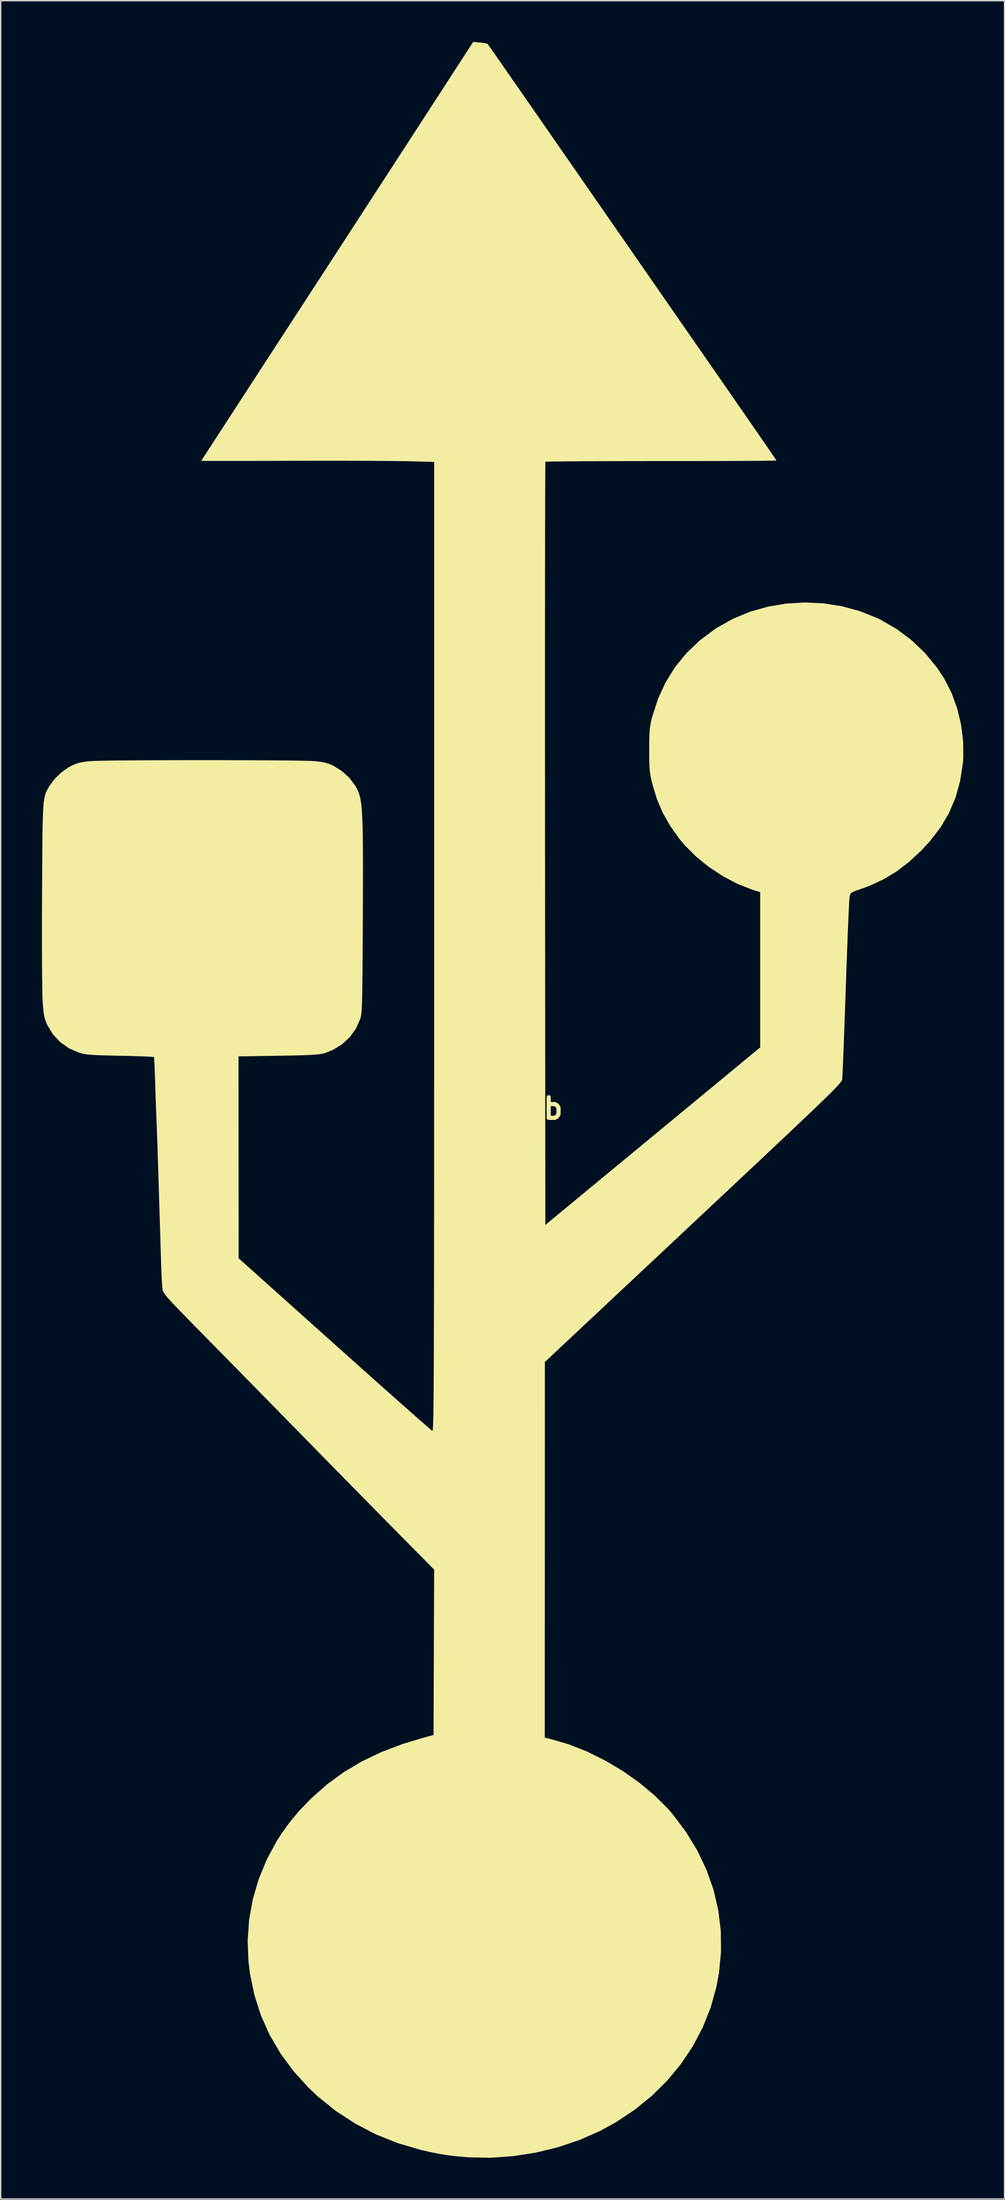
<source format=kicad_pcb>
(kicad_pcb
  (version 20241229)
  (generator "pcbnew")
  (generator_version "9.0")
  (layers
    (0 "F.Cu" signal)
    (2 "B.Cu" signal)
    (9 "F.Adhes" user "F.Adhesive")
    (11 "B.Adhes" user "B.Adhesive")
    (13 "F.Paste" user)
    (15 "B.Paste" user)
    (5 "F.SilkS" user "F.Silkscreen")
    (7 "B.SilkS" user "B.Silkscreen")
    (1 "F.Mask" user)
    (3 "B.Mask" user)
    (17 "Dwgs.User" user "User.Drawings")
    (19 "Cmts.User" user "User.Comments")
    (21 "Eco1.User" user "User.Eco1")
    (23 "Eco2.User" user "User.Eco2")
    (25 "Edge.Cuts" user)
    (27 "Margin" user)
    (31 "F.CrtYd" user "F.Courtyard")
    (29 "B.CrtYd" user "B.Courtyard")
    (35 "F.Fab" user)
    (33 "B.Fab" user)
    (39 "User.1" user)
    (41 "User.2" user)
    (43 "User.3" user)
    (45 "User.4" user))
  (footprint "usb"
    (layer "F.Cu")
    (at 35.883 77.477)
    (property "Reference" "usb" (at 0 0 0) (layer "F.SilkS") (effects (font (size 1.5 1.5) (thickness 0.3))))
    (attr board_only exclude_from_pos_files exclude_from_bom)
    (fp_poly (pts (xy -4.033 -77.438) (xy -3.755 -77.406) (xy -3.548 -77.363) (xy -3.471 -77.329) (xy -3.416 -77.252) (xy -3.269 -77.044) (xy -3.038 -76.714) (xy -2.728 -76.27) (xy -2.345 -75.72) (xy -1.895 -75.073) (xy -1.383 -74.338) (xy -0.816 -73.522) (xy -0.199 -72.635) (xy 0.462 -71.684) (xy 1.16 -70.678) (xy 1.891 -69.625) (xy 2.646 -68.538) (xy 3.511 -67.291) (xy 4.422 -65.978) (xy 5.365 -64.62) (xy 6.328 -63.233) (xy 7.297 -61.838) (xy 8.259 -60.452) (xy 9.202 -59.094) (xy 10.112 -57.784) (xy 10.976 -56.539) (xy 11.781 -55.38) (xy 12.515 -54.323) (xy 13.11 -53.467) (xy 13.754 -52.54) (xy 14.37 -51.652) (xy 14.951 -50.814) (xy 15.49 -50.035) (xy 15.981 -49.326) (xy 16.416 -48.696) (xy 16.789 -48.155) (xy 17.093 -47.713) (xy 17.321 -47.379) (xy 17.467 -47.163) (xy 17.524 -47.076) (xy 17.524 -47.075) (xy 17.442 -47.069) (xy 17.201 -47.063) (xy 16.814 -47.058) (xy 16.292 -47.053) (xy 15.646 -47.048) (xy 14.888 -47.044) (xy 14.029 -47.04) (xy 13.08 -47.037) (xy 12.053 -47.035) (xy 10.959 -47.033) (xy 9.81 -47.032) (xy 9.151 -47.032) (xy 7.975 -47.032) (xy 6.847 -47.03) (xy 5.778 -47.028) (xy 4.781 -47.025) (xy 3.866 -47.021) (xy 3.045 -47.017) (xy 2.33 -47.012) (xy 1.732 -47.006) (xy 1.263 -47) (xy 0.933 -46.993) (xy 0.756 -46.987) (xy 0.727 -46.983) (xy 0.723 -46.895) (xy 0.719 -46.645) (xy 0.716 -46.237) (xy 0.713 -45.68) (xy 0.71 -44.978) (xy 0.707 -44.138) (xy 0.705 -43.166) (xy 0.702 -42.069) (xy 0.7 -40.853) (xy 0.699 -39.524) (xy 0.697 -38.089) (xy 0.696 -36.553) (xy 0.695 -34.924) (xy 0.694 -33.207) (xy 0.694 -31.408) (xy 0.694 -29.535) (xy 0.694 -27.592) (xy 0.695 -25.587) (xy 0.696 -23.526) (xy 0.697 -21.415) (xy 0.698 -19.26) (xy 0.698 -19.239) (xy 0.72 8.455) (xy 3.598 6.079) (xy 4.355 5.454) (xy 5.204 4.753) (xy 6.107 4.008) (xy 7.026 3.25) (xy 7.921 2.511) (xy 8.755 1.823) (xy 9.356 1.327) (xy 10.06 0.746) (xy 10.812 0.126) (xy 11.581 -0.509) (xy 12.339 -1.134) (xy 13.056 -1.726) (xy 13.703 -2.261) (xy 14.251 -2.713) (xy 14.287 -2.743) (xy 16.341 -4.439) (xy 16.341 -10.077) (xy 16.341 -15.715) (xy 15.74 -15.908) (xy 14.677 -16.325) (xy 13.62 -16.882) (xy 12.606 -17.552) (xy 11.669 -18.311) (xy 10.845 -19.136) (xy 10.462 -19.594) (xy 9.795 -20.533) (xy 9.265 -21.464) (xy 8.848 -22.434) (xy 8.522 -23.492) (xy 8.489 -23.622) (xy 8.408 -23.961) (xy 8.35 -24.257) (xy 8.311 -24.55) (xy 8.287 -24.878) (xy 8.275 -25.281) (xy 8.272 -25.796) (xy 8.272 -26.077) (xy 8.276 -26.659) (xy 8.287 -27.109) (xy 8.307 -27.465) (xy 8.341 -27.765) (xy 8.391 -28.045) (xy 8.462 -28.344) (xy 8.49 -28.454) (xy 8.916 -29.769) (xy 9.474 -30.981) (xy 10.168 -32.091) (xy 11 -33.104) (xy 11.971 -34.023) (xy 13.086 -34.851) (xy 13.195 -34.922) (xy 14.358 -35.575) (xy 15.596 -36.087) (xy 16.893 -36.455) (xy 18.229 -36.681) (xy 19.587 -36.761) (xy 20.947 -36.697) (xy 22.292 -36.486) (xy 23.604 -36.128) (xy 24.865 -35.622) (xy 25.063 -35.526) (xy 26.254 -34.841) (xy 27.349 -34.021) (xy 28.336 -33.078) (xy 29.202 -32.022) (xy 29.726 -31.229) (xy 30.253 -30.2) (xy 30.662 -29.078) (xy 30.947 -27.898) (xy 31.099 -26.694) (xy 31.111 -25.502) (xy 31.077 -25.06) (xy 30.877 -23.773) (xy 30.544 -22.581) (xy 30.071 -21.467) (xy 29.451 -20.414) (xy 28.675 -19.407) (xy 28.067 -18.753) (xy 27.164 -17.914) (xy 26.256 -17.22) (xy 25.309 -16.648) (xy 24.289 -16.177) (xy 23.61 -15.928) (xy 23.272 -15.812) (xy 23.06 -15.724) (xy 22.94 -15.638) (xy 22.879 -15.531) (xy 22.843 -15.375) (xy 22.84 -15.36) (xy 22.827 -15.222) (xy 22.809 -14.93) (xy 22.787 -14.497) (xy 22.761 -13.936) (xy 22.733 -13.263) (xy 22.701 -12.49) (xy 22.668 -11.633) (xy 22.633 -10.705) (xy 22.598 -9.72) (xy 22.563 -8.721) (xy 22.528 -7.695) (xy 22.493 -6.712) (xy 22.46 -5.787) (xy 22.428 -4.934) (xy 22.398 -4.167) (xy 22.371 -3.499) (xy 22.347 -2.945) (xy 22.328 -2.518) (xy 22.312 -2.233) (xy 22.302 -2.104) (xy 22.289 -2.059) (xy 22.258 -1.999) (xy 22.204 -1.92) (xy 22.121 -1.818) (xy 22.004 -1.686) (xy 21.848 -1.52) (xy 21.648 -1.314) (xy 21.398 -1.064) (xy 21.092 -0.763) (xy 20.726 -0.408) (xy 20.293 0.007) (xy 19.79 0.487) (xy 19.209 1.038) (xy 18.547 1.665) (xy 17.797 2.372) (xy 16.955 3.165) (xy 16.014 4.049) (xy 14.97 5.029) (xy 13.817 6.11) (xy 12.55 7.297) (xy 11.47 8.31) (xy 0.685 18.415) (xy 0.681 32.059) (xy 0.677 45.703) (xy 1.122 45.808) (xy 2.434 46.191) (xy 3.761 46.716) (xy 5.073 47.365) (xy 6.344 48.12) (xy 7.544 48.964) (xy 8.645 49.881) (xy 9.62 50.852) (xy 9.965 51.249) (xy 10.947 52.551) (xy 11.773 53.906) (xy 12.44 55.309) (xy 12.948 56.752) (xy 13.294 58.23) (xy 13.477 59.734) (xy 13.495 61.259) (xy 13.347 62.799) (xy 13.154 63.832) (xy 12.736 65.324) (xy 12.164 66.757) (xy 11.443 68.122) (xy 10.58 69.411) (xy 9.583 70.615) (xy 8.458 71.728) (xy 7.211 72.739) (xy 5.849 73.642) (xy 4.693 74.275) (xy 3.214 74.927) (xy 1.646 75.454) (xy 0.02 75.849) (xy -1.634 76.107) (xy -3.283 76.221) (xy -4.826 76.19) (xy -5.62 76.127) (xy -6.321 76.047) (xy -6.994 75.94) (xy -7.705 75.796) (xy -8.382 75.638) (xy -10.028 75.153) (xy -11.602 74.521) (xy -13.094 73.746) (xy -14.496 72.835) (xy -15.796 71.792) (xy -16.51 71.12) (xy -17.604 69.914) (xy -18.544 68.637) (xy -19.33 67.292) (xy -19.961 65.879) (xy -20.436 64.398) (xy -20.756 62.851) (xy -20.866 61.961) (xy -20.926 60.456) (xy -20.821 58.952) (xy -20.555 57.463) (xy -20.131 56.005) (xy -19.554 54.593) (xy -18.828 53.242) (xy -18.469 52.68) (xy -17.86 51.837) (xy -17.194 51.039) (xy -16.424 50.235) (xy -16.288 50.102) (xy -15.154 49.097) (xy -13.936 48.208) (xy -12.62 47.426) (xy -11.194 46.745) (xy -9.642 46.157) (xy -8.128 45.701) (xy -7.408 45.508) (xy -7.387 39.501) (xy -7.365 33.494) (xy -9.55 31.289) (xy -9.977 30.857) (xy -10.506 30.32) (xy -11.124 29.694) (xy -11.813 28.995) (xy -12.558 28.237) (xy -13.344 27.437) (xy -14.156 26.612) (xy -14.977 25.775) (xy -15.793 24.944) (xy -16.383 24.342) (xy -17.187 23.522) (xy -18.01 22.683) (xy -18.836 21.841) (xy -19.65 21.012) (xy -20.435 20.212) (xy -21.176 19.458) (xy -21.858 18.764) (xy -22.464 18.148) (xy -22.978 17.625) (xy -23.284 17.314) (xy -24.047 16.539) (xy -24.701 15.875) (xy -25.253 15.312) (xy -25.713 14.841) (xy -26.088 14.452) (xy -26.389 14.135) (xy -26.622 13.881) (xy -26.798 13.68) (xy -26.925 13.522) (xy -27.011 13.398) (xy -27.066 13.298) (xy -27.097 13.213) (xy -27.114 13.132) (xy -27.126 13.046) (xy -27.127 13.039) (xy -27.145 12.825) (xy -27.166 12.48) (xy -27.188 12.042) (xy -27.208 11.549) (xy -27.219 11.218) (xy -27.266 9.704) (xy -27.308 8.349) (xy -27.345 7.144) (xy -27.378 6.079) (xy -27.407 5.144) (xy -27.433 4.329) (xy -27.456 3.625) (xy -27.475 3.021) (xy -27.492 2.508) (xy -27.507 2.076) (xy -27.519 1.716) (xy -27.53 1.417) (xy -27.54 1.17) (xy -27.548 0.965) (xy -27.556 0.804) (xy -27.572 0.42) (xy -27.591 -0.088) (xy -27.612 -0.674) (xy -27.633 -1.294) (xy -27.652 -1.902) (xy -27.652 -1.905) (xy -27.669 -2.437) (xy -27.687 -2.91) (xy -27.704 -3.299) (xy -27.72 -3.578) (xy -27.732 -3.721) (xy -27.735 -3.734) (xy -27.824 -3.748) (xy -28.061 -3.765) (xy -28.424 -3.782) (xy -28.892 -3.799) (xy -29.444 -3.815) (xy -30.057 -3.83) (xy -30.202 -3.833) (xy -30.935 -3.848) (xy -31.52 -3.865) (xy -31.982 -3.883) (xy -32.342 -3.905) (xy -32.622 -3.932) (xy -32.845 -3.966) (xy -33.034 -4.009) (xy -33.168 -4.048) (xy -33.911 -4.367) (xy -34.555 -4.819) (xy -35.089 -5.391) (xy -35.494 -6.067) (xy -35.603 -6.316) (xy -35.681 -6.549) (xy -35.737 -6.808) (xy -35.78 -7.137) (xy -35.817 -7.577) (xy -35.831 -7.775) (xy -35.844 -8.051) (xy -35.855 -8.48) (xy -35.864 -9.047) (xy -35.872 -9.736) (xy -35.878 -10.532) (xy -35.881 -11.42) (xy -35.883 -12.382) (xy -35.883 -13.404) (xy -35.881 -14.471) (xy -35.876 -15.536) (xy -35.869 -16.79) (xy -35.863 -17.886) (xy -35.856 -18.837) (xy -35.848 -19.654) (xy -35.838 -20.35) (xy -35.825 -20.937) (xy -35.808 -21.425) (xy -35.787 -21.828) (xy -35.76 -22.157) (xy -35.728 -22.425) (xy -35.688 -22.643) (xy -35.641 -22.823) (xy -35.585 -22.976) (xy -35.519 -23.116) (xy -35.444 -23.254) (xy -35.357 -23.402) (xy -35.341 -23.43) (xy -34.981 -23.92) (xy -34.508 -24.383) (xy -33.979 -24.766) (xy -33.733 -24.902) (xy -33.412 -25.041) (xy -33.088 -25.136) (xy -32.699 -25.201) (xy -32.373 -25.235) (xy -32.139 -25.248) (xy -31.752 -25.259) (xy -31.227 -25.27) (xy -30.58 -25.279) (xy -29.826 -25.287) (xy -28.982 -25.293) (xy -28.063 -25.299) (xy -27.085 -25.303) (xy -26.063 -25.306) (xy -25.014 -25.307) (xy -23.953 -25.308) (xy -22.896 -25.307) (xy -21.859 -25.304) (xy -20.857 -25.301) (xy -19.906 -25.296) (xy -19.022 -25.29) (xy -18.22 -25.283) (xy -17.517 -25.275) (xy -16.928 -25.265) (xy -16.468 -25.254) (xy -16.155 -25.241) (xy -16.056 -25.235) (xy -15.595 -25.183) (xy -15.239 -25.111) (xy -14.925 -25.005) (xy -14.677 -24.892) (xy -14.066 -24.51) (xy -13.526 -24.016) (xy -13.098 -23.447) (xy -12.942 -23.157) (xy -12.871 -22.994) (xy -12.808 -22.818) (xy -12.753 -22.619) (xy -12.706 -22.387) (xy -12.666 -22.109) (xy -12.632 -21.777) (xy -12.604 -21.378) (xy -12.582 -20.902) (xy -12.565 -20.338) (xy -12.553 -19.676) (xy -12.545 -18.904) (xy -12.541 -18.012) (xy -12.541 -16.989) (xy -12.543 -15.824) (xy -12.548 -14.507) (xy -12.552 -13.716) (xy -12.558 -12.481) (xy -12.564 -11.403) (xy -12.57 -10.471) (xy -12.577 -9.674) (xy -12.585 -8.999) (xy -12.593 -8.435) (xy -12.603 -7.971) (xy -12.614 -7.594) (xy -12.628 -7.293) (xy -12.643 -7.057) (xy -12.662 -6.873) (xy -12.683 -6.73) (xy -12.707 -6.616) (xy -12.734 -6.52) (xy -12.734 -6.519) (xy -13.049 -5.81) (xy -13.503 -5.182) (xy -14.076 -4.655) (xy -14.752 -4.244) (xy -15.325 -4.021) (xy -15.483 -3.981) (xy -15.682 -3.947) (xy -15.94 -3.92) (xy -16.276 -3.897) (xy -16.708 -3.877) (xy -17.256 -3.861) (xy -17.936 -3.846) (xy -18.69 -3.833) (xy -21.59 -3.786) (xy -21.586 3.547) (xy -21.581 10.88) (xy -14.6 17.127) (xy -13.67 17.958) (xy -12.775 18.758) (xy -11.922 19.519) (xy -11.119 20.233) (xy -10.375 20.895) (xy -9.697 21.495) (xy -9.095 22.028) (xy -8.576 22.486) (xy -8.149 22.861) (xy -7.821 23.146) (xy -7.602 23.335) (xy -7.498 23.419) (xy -7.492 23.422) (xy -7.482 23.413) (xy -7.472 23.374) (xy -7.463 23.3) (xy -7.454 23.187) (xy -7.446 23.03) (xy -7.438 22.825) (xy -7.431 22.567) (xy -7.424 22.251) (xy -7.418 21.872) (xy -7.412 21.426) (xy -7.406 20.909) (xy -7.401 20.315) (xy -7.397 19.641) (xy -7.393 18.881) (xy -7.389 18.03) (xy -7.386 17.085) (xy -7.383 16.04) (xy -7.38 14.891) (xy -7.377 13.633) (xy -7.375 12.261) (xy -7.373 10.772) (xy -7.372 9.159) (xy -7.37 7.42) (xy -7.369 5.548) (xy -7.368 3.54) (xy -7.367 1.39) (xy -7.367 -0.906) (xy -7.366 -3.352) (xy -7.366 -5.953) (xy -7.366 -8.715) (xy -7.366 -11.641) (xy -7.366 -11.75) (xy -7.366 -46.971) (xy -9.25 -47.021) (xy -9.645 -47.029) (xy -10.191 -47.036) (xy -10.87 -47.042) (xy -11.664 -47.047) (xy -12.554 -47.051) (xy -13.522 -47.054) (xy -14.55 -47.055) (xy -15.62 -47.055) (xy -16.713 -47.054) (xy -17.717 -47.052) (xy -18.756 -47.049) (xy -19.744 -47.047) (xy -20.67 -47.045) (xy -21.519 -47.044) (xy -22.279 -47.043) (xy -22.937 -47.043) (xy -23.481 -47.043) (xy -23.897 -47.044) (xy -24.172 -47.046) (xy -24.294 -47.048) (xy -24.299 -47.049) (xy -24.254 -47.121) (xy -24.122 -47.326) (xy -23.909 -47.655) (xy -23.62 -48.101) (xy -23.261 -48.654) (xy -22.838 -49.306) (xy -22.355 -50.048) (xy -21.82 -50.871) (xy -21.237 -51.768) (xy -20.612 -52.729) (xy -19.951 -53.745) (xy -19.259 -54.809) (xy -18.661 -55.727) (xy -17.839 -56.99) (xy -16.971 -58.323) (xy -16.071 -59.708) (xy -15.15 -61.124) (xy -14.221 -62.551) (xy -13.299 -63.97) (xy -12.395 -65.361) (xy -11.523 -66.703) (xy -10.695 -67.978) (xy -9.924 -69.164) (xy -9.224 -70.242) (xy -8.776 -70.933) (xy -4.53 -77.477)) (stroke (width 0) (type solid)) (fill yes) (layer "F.SilkS")))
  (gr_rect
    (start -3 -3)
    (end 69.994 156.698)
    (stroke (width 0.1) (type default))
    (fill no)
    (layer "Edge.Cuts")))
</source>
